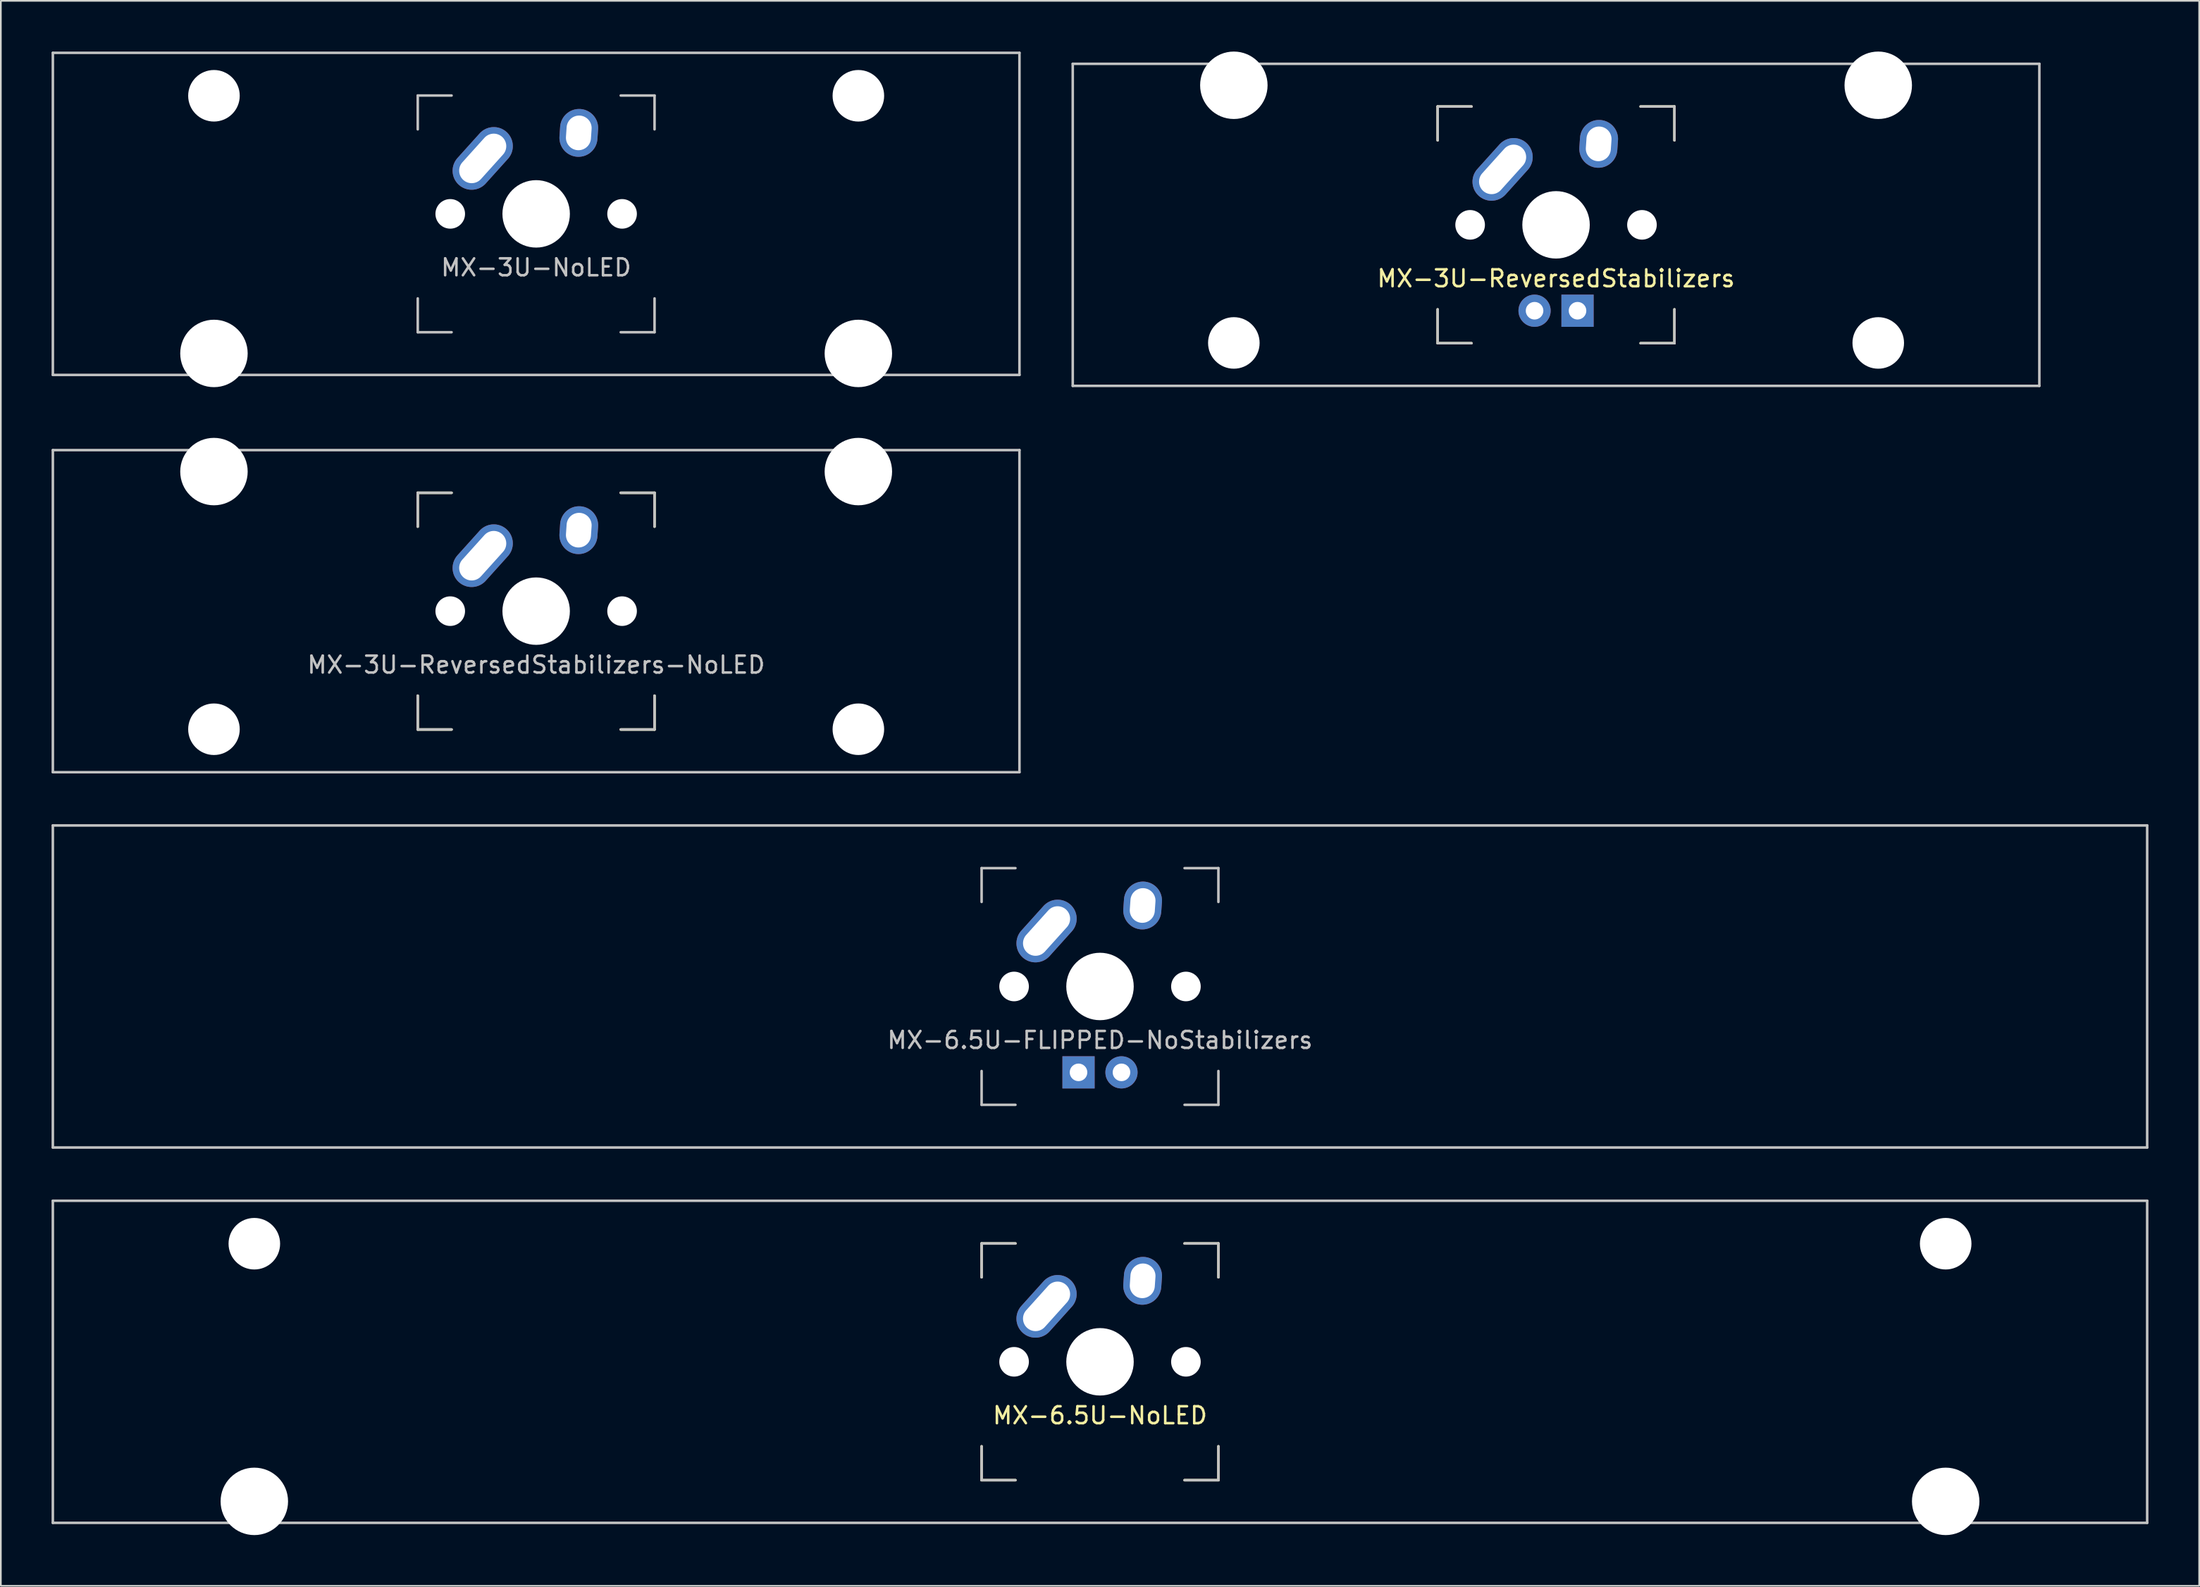
<source format=kicad_pcb>
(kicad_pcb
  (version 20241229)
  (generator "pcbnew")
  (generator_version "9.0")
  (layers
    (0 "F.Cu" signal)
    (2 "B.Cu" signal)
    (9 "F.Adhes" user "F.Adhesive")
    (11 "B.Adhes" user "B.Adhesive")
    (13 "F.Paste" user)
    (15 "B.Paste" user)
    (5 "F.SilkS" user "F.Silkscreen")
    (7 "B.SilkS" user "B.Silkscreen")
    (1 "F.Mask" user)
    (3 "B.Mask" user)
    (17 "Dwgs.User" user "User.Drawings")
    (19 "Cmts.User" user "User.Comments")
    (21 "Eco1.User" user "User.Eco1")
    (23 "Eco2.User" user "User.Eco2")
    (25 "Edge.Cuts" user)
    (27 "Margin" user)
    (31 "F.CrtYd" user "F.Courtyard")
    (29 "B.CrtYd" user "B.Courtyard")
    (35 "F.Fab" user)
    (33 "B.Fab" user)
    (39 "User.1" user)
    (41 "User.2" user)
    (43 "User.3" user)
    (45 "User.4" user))
  (footprint "MX-6.5U-NoLED"
    (layer "F.Cu")
    (at 61.987 77.498)
    (property "Reference" "MX-6.5U-NoLED" (at 0 3.175 0) (layer "F.SilkS") (effects (font (size 1 1) (thickness 0.15))))
    (attr through_hole)
    (fp_line (start -7 -7) (end -7 -5) (stroke (width 0.15) (type solid)) (layer "F.SilkS"))
    (fp_line (start -7 5) (end -7 7) (stroke (width 0.15) (type solid)) (layer "F.SilkS"))
    (fp_line (start -7 7) (end -5 7) (stroke (width 0.15) (type solid)) (layer "F.SilkS"))
    (fp_line (start -5 -7) (end -7 -7) (stroke (width 0.15) (type solid)) (layer "F.SilkS"))
    (fp_line (start 5 -7) (end 7 -7) (stroke (width 0.15) (type solid)) (layer "F.SilkS"))
    (fp_line (start 5 7) (end 7 7) (stroke (width 0.15) (type solid)) (layer "F.SilkS"))
    (fp_line (start 7 -7) (end 7 -5) (stroke (width 0.15) (type solid)) (layer "F.SilkS"))
    (fp_line (start 7 7) (end 7 5) (stroke (width 0.15) (type solid)) (layer "F.SilkS"))
    (fp_line (start -61.913 -9.525) (end 61.913 -9.525) (stroke (width 0.15) (type solid)) (layer "Dwgs.User"))
    (fp_line (start -61.913 9.525) (end -61.913 -9.525) (stroke (width 0.15) (type solid)) (layer "Dwgs.User"))
    (fp_line (start -61.913 9.525) (end 61.913 9.525) (stroke (width 0.15) (type solid)) (layer "Dwgs.User"))
    (fp_line (start -7 -7) (end -7 -5) (stroke (width 0.15) (type solid)) (layer "Dwgs.User"))
    (fp_line (start -7 5) (end -7 7) (stroke (width 0.15) (type solid)) (layer "Dwgs.User"))
    (fp_line (start -7 7) (end -5 7) (stroke (width 0.15) (type solid)) (layer "Dwgs.User"))
    (fp_line (start -5 -7) (end -7 -7) (stroke (width 0.15) (type solid)) (layer "Dwgs.User"))
    (fp_line (start 5 -7) (end 7 -7) (stroke (width 0.15) (type solid)) (layer "Dwgs.User"))
    (fp_line (start 5 7) (end 7 7) (stroke (width 0.15) (type solid)) (layer "Dwgs.User"))
    (fp_line (start 7 -7) (end 7 -5) (stroke (width 0.15) (type solid)) (layer "Dwgs.User"))
    (fp_line (start 7 7) (end 7 5) (stroke (width 0.15) (type solid)) (layer "Dwgs.User"))
    (fp_line (start 61.913 -9.525) (end 61.913 9.525) (stroke (width 0.15) (type solid)) (layer "Dwgs.User"))
    (pad "" np_thru_hole circle (at -50 -6.985) (size 3.048 3.048) (drill 3.048) (layers "*.Cu" "*.Mask"))
    (pad "" np_thru_hole circle (at -50 8.255) (size 3.988 3.988) (drill 3.988) (layers "*.Cu" "*.Mask"))
    (pad "" np_thru_hole circle (at -5.08 0 48.1) (size 1.75 1.75) (drill 1.75) (layers "*.Cu" "*.Mask"))
    (pad "" np_thru_hole circle (at 0 0) (size 3.988 3.988) (drill 3.988) (layers "*.Cu" "*.Mask"))
    (pad "" np_thru_hole circle (at 5.08 0 48.1) (size 1.75 1.75) (drill 1.75) (layers "*.Cu" "*.Mask"))
    (pad "" np_thru_hole circle (at 50 -6.985) (size 3.048 3.048) (drill 3.048) (layers "*.Cu" "*.Mask"))
    (pad "" np_thru_hole circle (at 50 8.255) (size 3.988 3.988) (drill 3.988) (layers "*.Cu" "*.Mask"))
    (pad "1" thru_hole oval (at -3.16 -3.28 48) (size 4.21 2.25) (drill oval 3.43 1.48) (layers "*.Cu" "B.Mask"))
    (pad "2" thru_hole oval (at 2.52 -4.79 86) (size 2.831 2.25) (drill oval 2.051 1.48) (layers "*.Cu" "B.Mask")))
  (footprint "MX-6.5U-FLIPPED-NoStabilizers"
    (layer "F.Cu")
    (at 61.987 55.298)
    (property "Reference" "MX-6.5U-FLIPPED-NoStabilizers" (at 0 3.175 0) (layer "Dwgs.User") (effects (font (size 1 1) (thickness 0.15))))
    (attr through_hole)
    (fp_line (start -61.913 -9.525) (end 61.913 -9.525) (stroke (width 0.15) (type solid)) (layer "Dwgs.User"))
    (fp_line (start -61.913 9.525) (end -61.913 -9.525) (stroke (width 0.15) (type solid)) (layer "Dwgs.User"))
    (fp_line (start -61.913 9.525) (end 61.913 9.525) (stroke (width 0.15) (type solid)) (layer "Dwgs.User"))
    (fp_line (start -7 -7) (end -7 -5) (stroke (width 0.15) (type solid)) (layer "Dwgs.User"))
    (fp_line (start -7 5) (end -7 7) (stroke (width 0.15) (type solid)) (layer "Dwgs.User"))
    (fp_line (start -7 7) (end -5 7) (stroke (width 0.15) (type solid)) (layer "Dwgs.User"))
    (fp_line (start -5 -7) (end -7 -7) (stroke (width 0.15) (type solid)) (layer "Dwgs.User"))
    (fp_line (start 5 -7) (end 7 -7) (stroke (width 0.15) (type solid)) (layer "Dwgs.User"))
    (fp_line (start 5 7) (end 7 7) (stroke (width 0.15) (type solid)) (layer "Dwgs.User"))
    (fp_line (start 7 -7) (end 7 -5) (stroke (width 0.15) (type solid)) (layer "Dwgs.User"))
    (fp_line (start 7 7) (end 7 5) (stroke (width 0.15) (type solid)) (layer "Dwgs.User"))
    (fp_line (start 61.913 -9.525) (end 61.913 9.525) (stroke (width 0.15) (type solid)) (layer "Dwgs.User"))
    (pad "" np_thru_hole circle (at -5.08 0 48.1) (size 1.75 1.75) (drill 1.75) (layers "*.Cu" "*.Mask"))
    (pad "" np_thru_hole circle (at 0 0) (size 3.988 3.988) (drill 3.988) (layers "*.Cu" "*.Mask"))
    (pad "" np_thru_hole circle (at 5.08 0 48.1) (size 1.75 1.75) (drill 1.75) (layers "*.Cu" "*.Mask"))
    (pad "1" thru_hole oval (at -3.16 -3.28 48) (size 4.21 2.25) (drill oval 3.43 1.48) (layers "*.Cu" "B.Mask"))
    (pad "2" thru_hole oval (at 2.52 -4.79 86) (size 2.831 2.25) (drill oval 2.051 1.48) (layers "*.Cu" "B.Mask"))
    (pad "3" thru_hole circle (at 1.27 5.08) (size 1.905 1.905) (drill 1.04) (layers "*.Cu" "B.Mask"))
    (pad "4" thru_hole rect (at -1.27 5.08) (size 1.905 1.905) (drill 1.04) (layers "*.Cu" "B.Mask")))
  (footprint "MX-3U-ReversedStabilizers-NoLED"
    (layer "F.Cu")
    (at 28.65 33.098)
    (property "Reference" "MX-3U-ReversedStabilizers-NoLED" (at 0 3.175 0) (layer "Dwgs.User") (effects (font (size 1 1) (thickness 0.15))))
    (attr through_hole)
    (fp_line (start -7 -7) (end -7 -5) (stroke (width 0.15) (type solid)) (layer "F.SilkS"))
    (fp_line (start -7 5) (end -7 7) (stroke (width 0.15) (type solid)) (layer "F.SilkS"))
    (fp_line (start -7 7) (end -5 7) (stroke (width 0.15) (type solid)) (layer "F.SilkS"))
    (fp_line (start -5 -7) (end -7 -7) (stroke (width 0.15) (type solid)) (layer "F.SilkS"))
    (fp_line (start 5 -7) (end 7 -7) (stroke (width 0.15) (type solid)) (layer "F.SilkS"))
    (fp_line (start 5 7) (end 7 7) (stroke (width 0.15) (type solid)) (layer "F.SilkS"))
    (fp_line (start 7 -7) (end 7 -5) (stroke (width 0.15) (type solid)) (layer "F.SilkS"))
    (fp_line (start 7 7) (end 7 5) (stroke (width 0.15) (type solid)) (layer "F.SilkS"))
    (fp_line (start -28.575 -9.525) (end 28.575 -9.525) (stroke (width 0.15) (type solid)) (layer "Dwgs.User"))
    (fp_line (start -28.575 9.525) (end -28.575 -9.525) (stroke (width 0.15) (type solid)) (layer "Dwgs.User"))
    (fp_line (start -28.575 9.525) (end 28.575 9.525) (stroke (width 0.15) (type solid)) (layer "Dwgs.User"))
    (fp_line (start -7 -7) (end -7 -5) (stroke (width 0.15) (type solid)) (layer "Dwgs.User"))
    (fp_line (start -7 5) (end -7 7) (stroke (width 0.15) (type solid)) (layer "Dwgs.User"))
    (fp_line (start -7 7) (end -5 7) (stroke (width 0.15) (type solid)) (layer "Dwgs.User"))
    (fp_line (start -5 -7) (end -7 -7) (stroke (width 0.15) (type solid)) (layer "Dwgs.User"))
    (fp_line (start 5 -7) (end 7 -7) (stroke (width 0.15) (type solid)) (layer "Dwgs.User"))
    (fp_line (start 5 7) (end 7 7) (stroke (width 0.15) (type solid)) (layer "Dwgs.User"))
    (fp_line (start 7 -7) (end 7 -5) (stroke (width 0.15) (type solid)) (layer "Dwgs.User"))
    (fp_line (start 7 7) (end 7 5) (stroke (width 0.15) (type solid)) (layer "Dwgs.User"))
    (fp_line (start 28.575 -9.525) (end 28.575 9.525) (stroke (width 0.15) (type solid)) (layer "Dwgs.User"))
    (pad "" np_thru_hole circle (at -19.05 -8.255) (size 3.988 3.988) (drill 3.988) (layers "*.Cu" "*.Mask"))
    (pad "" np_thru_hole circle (at -19.05 6.985) (size 3.048 3.048) (drill 3.048) (layers "*.Cu" "*.Mask"))
    (pad "" np_thru_hole circle (at -5.08 0 48.1) (size 1.75 1.75) (drill 1.75) (layers "*.Cu" "*.Mask"))
    (pad "" np_thru_hole circle (at 0 0) (size 3.988 3.988) (drill 3.988) (layers "*.Cu" "*.Mask"))
    (pad "" np_thru_hole circle (at 5.08 0 48.1) (size 1.75 1.75) (drill 1.75) (layers "*.Cu" "*.Mask"))
    (pad "" np_thru_hole circle (at 19.05 -8.255) (size 3.988 3.988) (drill 3.988) (layers "*.Cu" "*.Mask"))
    (pad "" np_thru_hole circle (at 19.05 6.985) (size 3.048 3.048) (drill 3.048) (layers "*.Cu" "*.Mask"))
    (pad "1" thru_hole oval (at -3.16 -3.28 48) (size 4.21 2.25) (drill oval 3.43 1.48) (layers "*.Cu" "B.Mask"))
    (pad "2" thru_hole oval (at 2.52 -4.79 86) (size 2.831 2.25) (drill oval 2.051 1.48) (layers "*.Cu" "B.Mask")))
  (footprint "MX-3U-NoLED"
    (layer "F.Cu")
    (at 28.65 9.6)
    (property "Reference" "MX-3U-NoLED" (at 0 3.175 0) (layer "Dwgs.User") (effects (font (size 1 1) (thickness 0.15))))
    (attr through_hole)
    (fp_line (start -28.575 -9.525) (end 28.575 -9.525) (stroke (width 0.15) (type solid)) (layer "Dwgs.User"))
    (fp_line (start -28.575 9.525) (end -28.575 -9.525) (stroke (width 0.15) (type solid)) (layer "Dwgs.User"))
    (fp_line (start -28.575 9.525) (end 28.575 9.525) (stroke (width 0.15) (type solid)) (layer "Dwgs.User"))
    (fp_line (start -7 -7) (end -7 -5) (stroke (width 0.15) (type solid)) (layer "Dwgs.User"))
    (fp_line (start -7 5) (end -7 7) (stroke (width 0.15) (type solid)) (layer "Dwgs.User"))
    (fp_line (start -7 7) (end -5 7) (stroke (width 0.15) (type solid)) (layer "Dwgs.User"))
    (fp_line (start -5 -7) (end -7 -7) (stroke (width 0.15) (type solid)) (layer "Dwgs.User"))
    (fp_line (start 5 -7) (end 7 -7) (stroke (width 0.15) (type solid)) (layer "Dwgs.User"))
    (fp_line (start 5 7) (end 7 7) (stroke (width 0.15) (type solid)) (layer "Dwgs.User"))
    (fp_line (start 7 -7) (end 7 -5) (stroke (width 0.15) (type solid)) (layer "Dwgs.User"))
    (fp_line (start 7 7) (end 7 5) (stroke (width 0.15) (type solid)) (layer "Dwgs.User"))
    (fp_line (start 28.575 -9.525) (end 28.575 9.525) (stroke (width 0.15) (type solid)) (layer "Dwgs.User"))
    (pad "" np_thru_hole circle (at -19.05 -6.985) (size 3.048 3.048) (drill 3.048) (layers "*.Cu" "*.Mask"))
    (pad "" np_thru_hole circle (at -19.05 8.255) (size 3.988 3.988) (drill 3.988) (layers "*.Cu" "*.Mask"))
    (pad "" np_thru_hole circle (at -5.08 0 48.1) (size 1.75 1.75) (drill 1.75) (layers "*.Cu" "*.Mask"))
    (pad "" np_thru_hole circle (at 0 0) (size 3.988 3.988) (drill 3.988) (layers "*.Cu" "*.Mask"))
    (pad "" np_thru_hole circle (at 5.08 0 48.1) (size 1.75 1.75) (drill 1.75) (layers "*.Cu" "*.Mask"))
    (pad "" np_thru_hole circle (at 19.05 -6.985) (size 3.048 3.048) (drill 3.048) (layers "*.Cu" "*.Mask"))
    (pad "" np_thru_hole circle (at 19.05 8.255) (size 3.988 3.988) (drill 3.988) (layers "*.Cu" "*.Mask"))
    (pad "1" thru_hole oval (at -3.16 -3.28 48) (size 4.21 2.25) (drill oval 3.43 1.48) (layers "*.Cu" "B.Mask"))
    (pad "2" thru_hole oval (at 2.52 -4.79 86) (size 2.831 2.25) (drill oval 2.051 1.48) (layers "*.Cu" "B.Mask")))
  (footprint "MX-3U-ReversedStabilizers"
    (layer "F.Cu")
    (at 88.95 10.249)
    (property "Reference" "MX-3U-ReversedStabilizers" (at 0 3.175 0) (layer "F.SilkS") (effects (font (size 1 1) (thickness 0.15))))
    (attr through_hole)
    (fp_line (start -7 -7) (end -7 -5) (stroke (width 0.15) (type solid)) (layer "F.SilkS"))
    (fp_line (start -7 5) (end -7 7) (stroke (width 0.15) (type solid)) (layer "F.SilkS"))
    (fp_line (start -7 7) (end -5 7) (stroke (width 0.15) (type solid)) (layer "F.SilkS"))
    (fp_line (start -5 -7) (end -7 -7) (stroke (width 0.15) (type solid)) (layer "F.SilkS"))
    (fp_line (start 5 -7) (end 7 -7) (stroke (width 0.15) (type solid)) (layer "F.SilkS"))
    (fp_line (start 5 7) (end 7 7) (stroke (width 0.15) (type solid)) (layer "F.SilkS"))
    (fp_line (start 7 -7) (end 7 -5) (stroke (width 0.15) (type solid)) (layer "F.SilkS"))
    (fp_line (start 7 7) (end 7 5) (stroke (width 0.15) (type solid)) (layer "F.SilkS"))
    (fp_line (start -28.575 -9.525) (end 28.575 -9.525) (stroke (width 0.15) (type solid)) (layer "Dwgs.User"))
    (fp_line (start -28.575 9.525) (end -28.575 -9.525) (stroke (width 0.15) (type solid)) (layer "Dwgs.User"))
    (fp_line (start -28.575 9.525) (end 28.575 9.525) (stroke (width 0.15) (type solid)) (layer "Dwgs.User"))
    (fp_line (start -7 -7) (end -7 -5) (stroke (width 0.15) (type solid)) (layer "Dwgs.User"))
    (fp_line (start -7 5) (end -7 7) (stroke (width 0.15) (type solid)) (layer "Dwgs.User"))
    (fp_line (start -7 7) (end -5 7) (stroke (width 0.15) (type solid)) (layer "Dwgs.User"))
    (fp_line (start -5 -7) (end -7 -7) (stroke (width 0.15) (type solid)) (layer "Dwgs.User"))
    (fp_line (start 5 -7) (end 7 -7) (stroke (width 0.15) (type solid)) (layer "Dwgs.User"))
    (fp_line (start 5 7) (end 7 7) (stroke (width 0.15) (type solid)) (layer "Dwgs.User"))
    (fp_line (start 7 -7) (end 7 -5) (stroke (width 0.15) (type solid)) (layer "Dwgs.User"))
    (fp_line (start 7 7) (end 7 5) (stroke (width 0.15) (type solid)) (layer "Dwgs.User"))
    (fp_line (start 28.575 -9.525) (end 28.575 9.525) (stroke (width 0.15) (type solid)) (layer "Dwgs.User"))
    (pad "" np_thru_hole circle (at -19.05 -8.255) (size 3.988 3.988) (drill 3.988) (layers "*.Cu" "*.Mask"))
    (pad "" np_thru_hole circle (at -19.05 6.985) (size 3.048 3.048) (drill 3.048) (layers "*.Cu" "*.Mask"))
    (pad "" np_thru_hole circle (at -5.08 0 48.1) (size 1.75 1.75) (drill 1.75) (layers "*.Cu" "*.Mask"))
    (pad "" np_thru_hole circle (at 0 0) (size 3.988 3.988) (drill 3.988) (layers "*.Cu" "*.Mask"))
    (pad "" np_thru_hole circle (at 5.08 0 48.1) (size 1.75 1.75) (drill 1.75) (layers "*.Cu" "*.Mask"))
    (pad "" np_thru_hole circle (at 19.05 -8.255) (size 3.988 3.988) (drill 3.988) (layers "*.Cu" "*.Mask"))
    (pad "" np_thru_hole circle (at 19.05 6.985) (size 3.048 3.048) (drill 3.048) (layers "*.Cu" "*.Mask"))
    (pad "1" thru_hole oval (at -3.16 -3.28 48) (size 4.21 2.25) (drill oval 3.43 1.48) (layers "*.Cu" "B.Mask"))
    (pad "2" thru_hole oval (at 2.52 -4.79 86) (size 2.831 2.25) (drill oval 2.051 1.48) (layers "*.Cu" "B.Mask"))
    (pad "3" thru_hole circle (at -1.27 5.08) (size 1.905 1.905) (drill 1.04) (layers "*.Cu" "B.Mask"))
    (pad "4" thru_hole rect (at 1.27 5.08) (size 1.905 1.905) (drill 1.04) (layers "*.Cu" "B.Mask")))
  (gr_rect
    (start -3 -3)
    (end 126.975 90.747)
    (stroke (width 0.1) (type default))
    (fill no)
    (layer "Edge.Cuts")))
</source>
